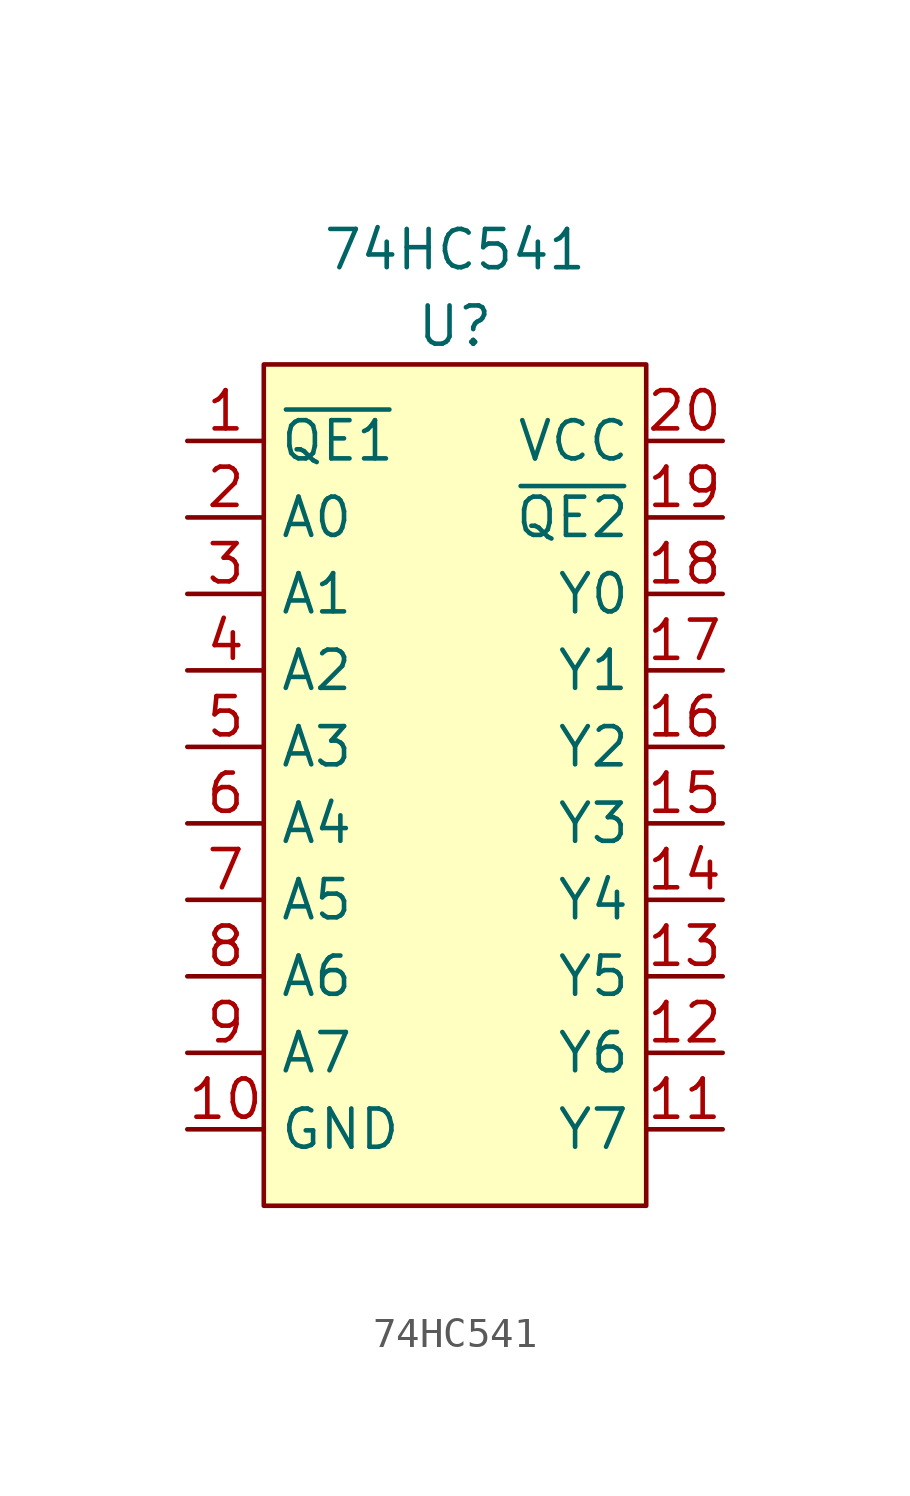
<source format=kicad_sym>
(kicad_symbol_lib
  (version 20211014)
  (generator kicad_symbol_editor)
  (symbol "74HC541"
    (property "Reference" "U"
      (at 6.35 29.21 0)
      (effects (font (size 1.27 1.27))))
    (property "Value" "74HC541"
      (at 6.35 31.75 0)
      (effects (font (size 1.27 1.27))))
    (symbol "74HC541_0_1"
      (rectangle (start 0 27.94) (end 12.7 0) (stroke (width 0.152) (type default) (color 0 0 0 0)) (fill (type background))))
    (symbol "74HC541_1_1"
      (pin input line (at -2.54 25.4 0) (length 2.54) (name "~{QE1}" (effects (font (size 1.27 1.27)))) (number "1" (effects (font (size 1.27 1.27)))))
      (pin input line (at -2.54 2.54 0) (length 2.54) (name "GND" (effects (font (size 1.27 1.27)))) (number "10" (effects (font (size 1.27 1.27)))))
      (pin output line (at 15.24 2.54 180) (length 2.54) (name "Y7" (effects (font (size 1.27 1.27)))) (number "11" (effects (font (size 1.27 1.27)))))
      (pin output line (at 15.24 5.08 180) (length 2.54) (name "Y6" (effects (font (size 1.27 1.27)))) (number "12" (effects (font (size 1.27 1.27)))))
      (pin output line (at 15.24 7.62 180) (length 2.54) (name "Y5" (effects (font (size 1.27 1.27)))) (number "13" (effects (font (size 1.27 1.27)))))
      (pin output line (at 15.24 10.16 180) (length 2.54) (name "Y4" (effects (font (size 1.27 1.27)))) (number "14" (effects (font (size 1.27 1.27)))))
      (pin output line (at 15.24 12.7 180) (length 2.54) (name "Y3" (effects (font (size 1.27 1.27)))) (number "15" (effects (font (size 1.27 1.27)))))
      (pin output line (at 15.24 15.24 180) (length 2.54) (name "Y2" (effects (font (size 1.27 1.27)))) (number "16" (effects (font (size 1.27 1.27)))))
      (pin output line (at 15.24 17.78 180) (length 2.54) (name "Y1" (effects (font (size 1.27 1.27)))) (number "17" (effects (font (size 1.27 1.27)))))
      (pin output line (at 15.24 20.32 180) (length 2.54) (name "Y0" (effects (font (size 1.27 1.27)))) (number "18" (effects (font (size 1.27 1.27)))))
      (pin input line (at 15.24 22.86 180) (length 2.54) (name "~{QE2}" (effects (font (size 1.27 1.27)))) (number "19" (effects (font (size 1.27 1.27)))))
      (pin input line (at -2.54 22.86 0) (length 2.54) (name "A0" (effects (font (size 1.27 1.27)))) (number "2" (effects (font (size 1.27 1.27)))))
      (pin power_in line (at 15.24 25.4 180) (length 2.54) (name "VCC" (effects (font (size 1.27 1.27)))) (number "20" (effects (font (size 1.27 1.27)))))
      (pin input line (at -2.54 20.32 0) (length 2.54) (name "A1" (effects (font (size 1.27 1.27)))) (number "3" (effects (font (size 1.27 1.27)))))
      (pin input line (at -2.54 17.78 0) (length 2.54) (name "A2" (effects (font (size 1.27 1.27)))) (number "4" (effects (font (size 1.27 1.27)))))
      (pin input line (at -2.54 15.24 0) (length 2.54) (name "A3" (effects (font (size 1.27 1.27)))) (number "5" (effects (font (size 1.27 1.27)))))
      (pin input line (at -2.54 12.7 0) (length 2.54) (name "A4" (effects (font (size 1.27 1.27)))) (number "6" (effects (font (size 1.27 1.27)))))
      (pin input line (at -2.54 10.16 0) (length 2.54) (name "A5" (effects (font (size 1.27 1.27)))) (number "7" (effects (font (size 1.27 1.27)))))
      (pin input line (at -2.54 7.62 0) (length 2.54) (name "A6" (effects (font (size 1.27 1.27)))) (number "8" (effects (font (size 1.27 1.27)))))
      (pin input line (at -2.54 5.08 0) (length 2.54) (name "A7" (effects (font (size 1.27 1.27)))) (number "9" (effects (font (size 1.27 1.27))))))))
</source>
